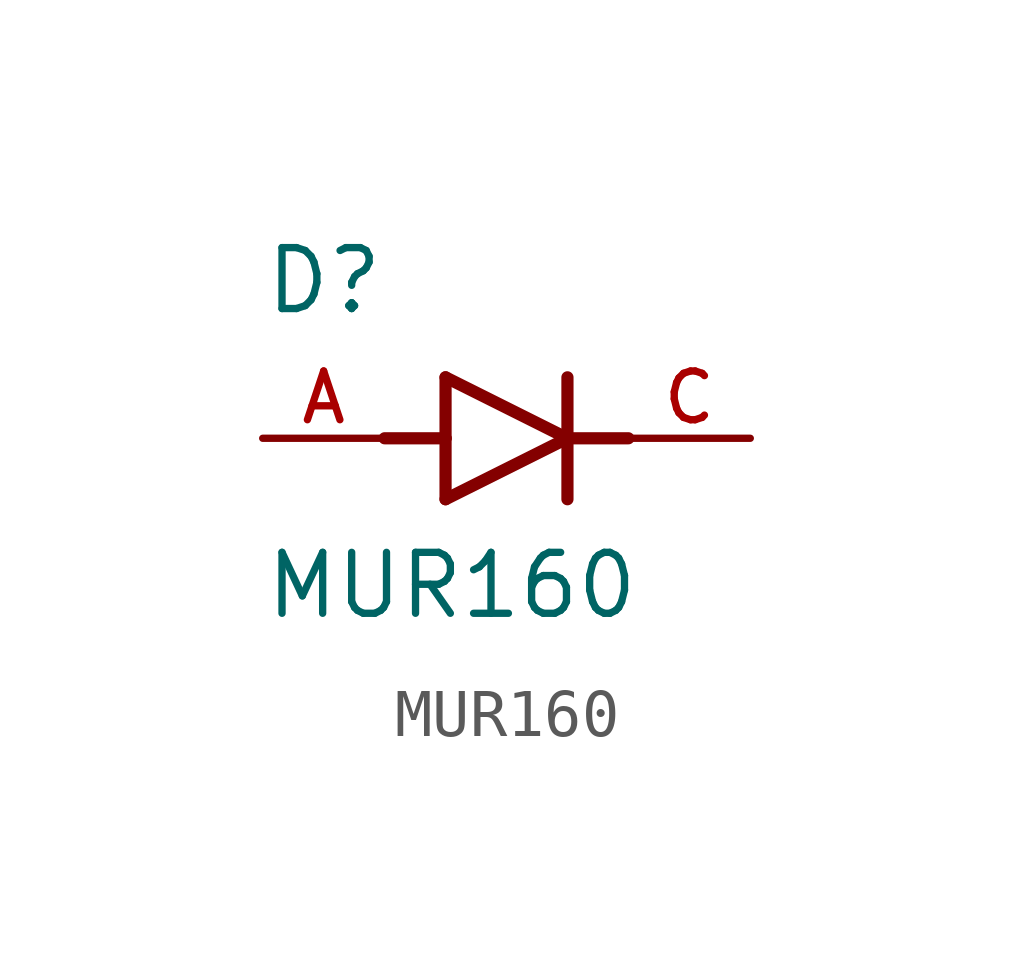
<source format=kicad_sym>
(kicad_symbol_lib
  (version 20211014)
  (generator kicad_symbol_editor)
  (symbol "MUR160"
    (pin_names
      (offset 1.016))
    (property "Reference" "D"
      (at -5.08 2.54 0)
      (effects (font (size 1.27 1.27)) (justify bottom left)))
    (property "Value" "MUR160"
      (at -5.08 -3.81 0)
      (effects (font (size 1.27 1.27)) (justify bottom left)))
    (symbol "MUR160_0_0"
      (polyline (pts (xy -1.27 -1.27) (xy 1.27 0.0)) (stroke (width 0.254)))
      (polyline (pts (xy 1.27 0.0) (xy -1.27 1.27)) (stroke (width 0.254)))
      (polyline (pts (xy 1.27 1.27) (xy 1.27 0.0)) (stroke (width 0.254)))
      (polyline (pts (xy -1.27 1.27) (xy -1.27 0.0)) (stroke (width 0.254)))
      (polyline (pts (xy -1.27 0.0) (xy -1.27 -1.27)) (stroke (width 0.254)))
      (polyline (pts (xy 1.27 0.0) (xy 1.27 -1.27)) (stroke (width 0.254)))
      (polyline (pts (xy -2.54 0.0) (xy -1.27 0.0)) (stroke (width 0.254)))
      (polyline (pts (xy 1.27 0.0) (xy 2.54 0.0)) (stroke (width 0.254)))
      (pin passive line (at 5.08 0.0 180.0) (length 2.54) (name "~" (effects (font (size 1.016 1.016)))) (number "C" (effects (font (size 1.016 1.016)))))
      (pin passive line (at -5.08 0.0 0) (length 2.54) (name "~" (effects (font (size 1.016 1.016)))) (number "A" (effects (font (size 1.016 1.016))))))))
</source>
